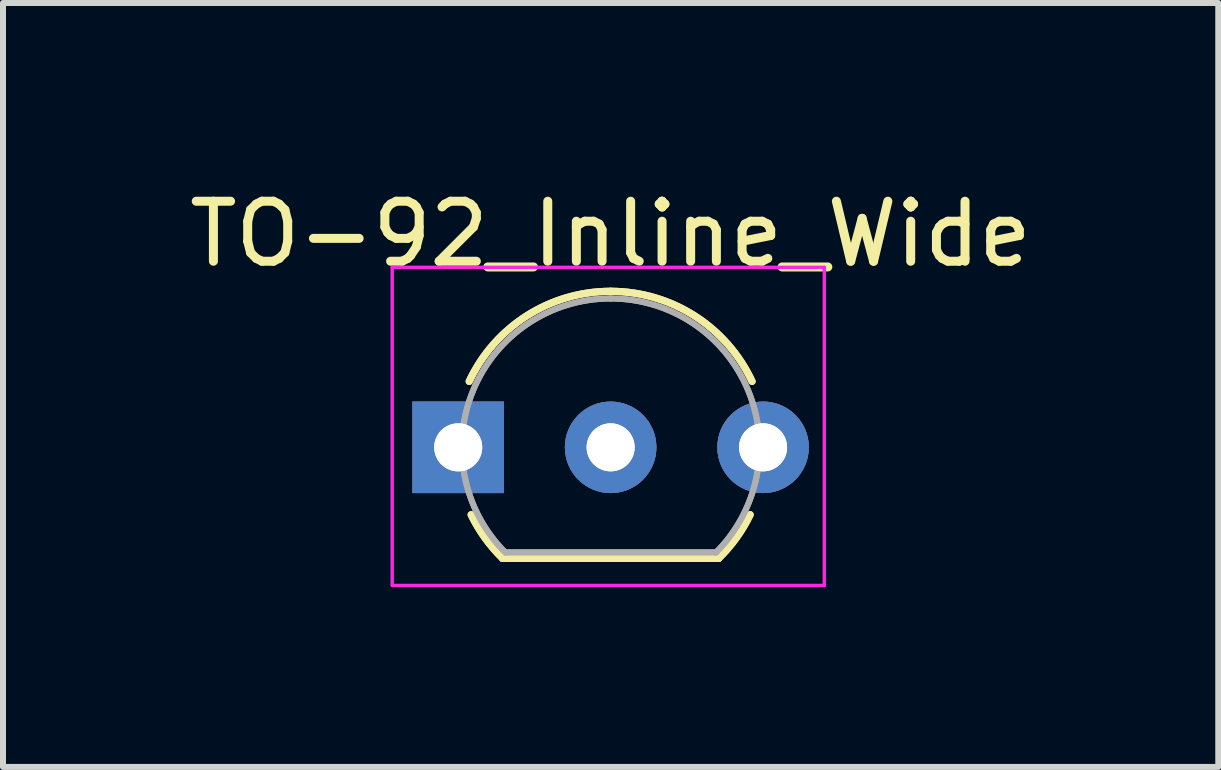
<source format=kicad_pcb>
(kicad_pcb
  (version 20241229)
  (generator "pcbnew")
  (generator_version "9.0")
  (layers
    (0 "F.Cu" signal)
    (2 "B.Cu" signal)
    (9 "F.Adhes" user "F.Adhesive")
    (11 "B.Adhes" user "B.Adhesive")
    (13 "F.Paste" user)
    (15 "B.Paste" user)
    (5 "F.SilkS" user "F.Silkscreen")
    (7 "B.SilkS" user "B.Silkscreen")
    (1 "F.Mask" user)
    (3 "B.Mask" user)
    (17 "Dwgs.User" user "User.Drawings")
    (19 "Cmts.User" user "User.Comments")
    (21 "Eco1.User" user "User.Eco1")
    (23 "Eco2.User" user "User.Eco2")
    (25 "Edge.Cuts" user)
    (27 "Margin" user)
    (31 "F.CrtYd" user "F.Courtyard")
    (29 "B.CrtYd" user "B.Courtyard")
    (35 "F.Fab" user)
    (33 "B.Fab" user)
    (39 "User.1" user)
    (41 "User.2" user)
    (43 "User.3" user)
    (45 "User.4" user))
  (footprint "TO-92_Inline_Wide"
    (layer "F.Cu")
    (at 4.585 4.404)
    (property "Reference" "TO-92_Inline_Wide" (at 2.54 -3.556 180) (layer "F.SilkS") (effects (font (size 1 1) (thickness 0.15))))
    (attr through_hole)
    (fp_line (start 0.74 1.85) (end 4.34 1.85) (stroke (width 0.12) (type solid)) (layer "F.SilkS"))
    (fp_line (start 0.74 1.85) (end 4.34 1.85) (stroke (width 0.12) (type solid)) (layer "F.SilkS"))
    (fp_arc (start 0.1836 -1.098807) (mid 1.143021 -2.192817) (end 2.54 -2.6) (stroke (width 0.12) (type solid)) (layer "F.SilkS"))
    (fp_arc (start 0.1836 -1.098807) (mid 1.143021 -2.192817) (end 2.54 -2.6) (stroke (width 0.12) (type solid)) (layer "F.SilkS"))
    (fp_arc (start 0.74 1.85) (mid 0.446097 1.509328) (end 0.215816 1.122795) (stroke (width 0.12) (type solid)) (layer "F.SilkS"))
    (fp_arc (start 0.74 1.85) (mid 0.446097 1.509328) (end 0.215816 1.122795) (stroke (width 0.12) (type solid)) (layer "F.SilkS"))
    (fp_arc (start 2.54 -2.6) (mid 3.936979 -2.192818) (end 4.8964 -1.098807) (stroke (width 0.12) (type solid)) (layer "F.SilkS"))
    (fp_arc (start 2.54 -2.6) (mid 3.936979 -2.192818) (end 4.8964 -1.098807) (stroke (width 0.12) (type solid)) (layer "F.SilkS"))
    (fp_arc (start 4.864184 1.122795) (mid 4.633903 1.509328) (end 4.34 1.85) (stroke (width 0.12) (type solid)) (layer "F.SilkS"))
    (fp_arc (start 4.864184 1.122795) (mid 4.633903 1.509328) (end 4.34 1.85) (stroke (width 0.12) (type solid)) (layer "F.SilkS"))
    (fp_line (start -1.1 -3) (end 6.1 -3) (stroke (width 0.05) (type solid)) (layer "F.CrtYd"))
    (fp_line (start -1.1 -3) (end 6.1 -3) (stroke (width 0.05) (type solid)) (layer "F.CrtYd"))
    (fp_line (start -1.1 2.3) (end -1.1 -3) (stroke (width 0.05) (type solid)) (layer "F.CrtYd"))
    (fp_line (start -1.1 2.3) (end -1.1 -3) (stroke (width 0.05) (type solid)) (layer "F.CrtYd"))
    (fp_line (start 6.1 -3) (end 6.1 2.3) (stroke (width 0.05) (type solid)) (layer "F.CrtYd"))
    (fp_line (start 6.1 -3) (end 6.1 2.3) (stroke (width 0.05) (type solid)) (layer "F.CrtYd"))
    (fp_line (start 6.1 2.3) (end -1.1 2.3) (stroke (width 0.05) (type solid)) (layer "F.CrtYd"))
    (fp_line (start 6.1 2.3) (end -1.1 2.3) (stroke (width 0.05) (type solid)) (layer "F.CrtYd"))
    (fp_line (start 0.8 1.75) (end 4.3 1.75) (stroke (width 0.1) (type solid)) (layer "F.Fab"))
    (fp_line (start 0.8 1.75) (end 4.3 1.75) (stroke (width 0.1) (type solid)) (layer "F.Fab"))
    (fp_arc (start 0.786375 1.753625) (mid 0.248779 -0.949055) (end 2.54 -2.48) (stroke (width 0.1) (type solid)) (layer "F.Fab"))
    (fp_arc (start 0.786375 1.753625) (mid 0.248779 -0.949055) (end 2.54 -2.48) (stroke (width 0.1) (type solid)) (layer "F.Fab"))
    (fp_arc (start 2.54 -2.48) (mid 4.831221 -0.949055) (end 4.293625 1.753625) (stroke (width 0.1) (type solid)) (layer "F.Fab"))
    (fp_arc (start 2.54 -2.48) (mid 4.831221 -0.949055) (end 4.293625 1.753625) (stroke (width 0.1) (type solid)) (layer "F.Fab"))
    (pad "1" thru_hole rect (at 0 0 90) (size 1.524 1.524) (drill 0.8) (layers "*.Cu" "*.Mask"))
    (pad "1" thru_hole rect (at 0 0 90) (size 1.524 1.524) (drill 0.8) (layers "*.Cu" "*.Mask"))
    (pad "2" thru_hole circle (at 2.54 0 90) (size 1.524 1.524) (drill 0.8) (layers "*.Cu" "*.Mask"))
    (pad "2" thru_hole circle (at 2.54 0 90) (size 1.524 1.524) (drill 0.8) (layers "*.Cu" "*.Mask"))
    (pad "3" thru_hole circle (at 5.08 0 90) (size 1.524 1.524) (drill 0.8) (layers "*.Cu" "*.Mask"))
    (pad "3" thru_hole circle (at 5.08 0 90) (size 1.524 1.524) (drill 0.8) (layers "*.Cu" "*.Mask")))
  (gr_rect
    (start -3 -3)
    (end 17.25 9.729)
    (stroke (width 0.1) (type default))
    (fill no)
    (layer "Edge.Cuts")))
</source>
